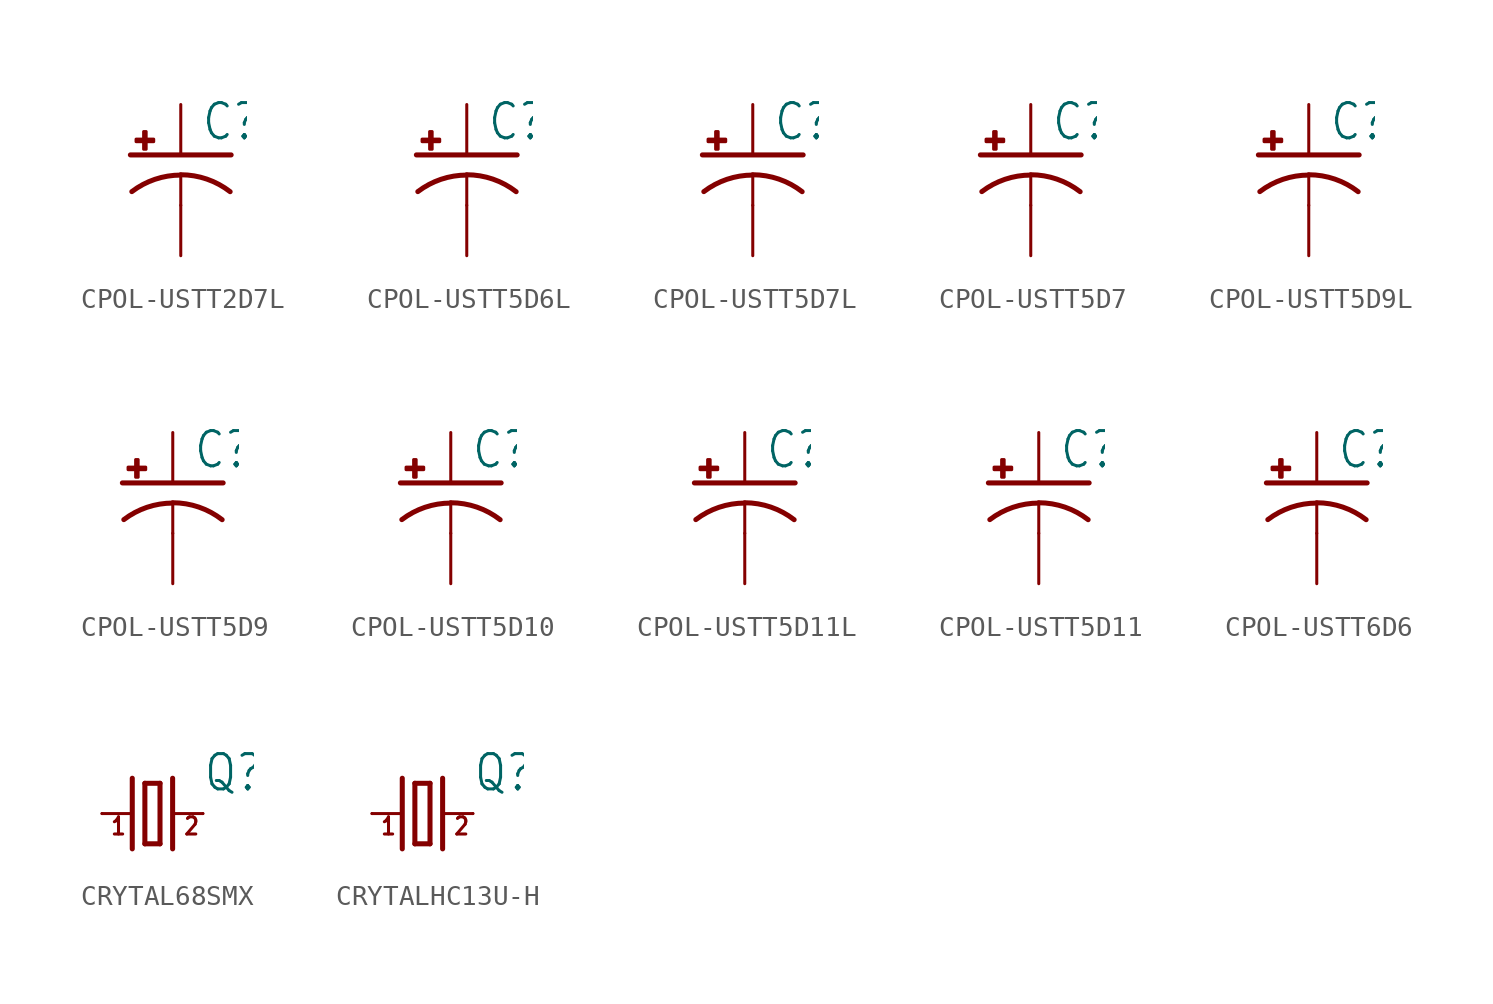
<source format=kicad_sym>
(kicad_symbol_lib
  (version 20241209)
  (generator "kicad_symbol_editor")
  (generator_version "9.0")
  (symbol "CPOL-USTT2D7L"
    (property "Reference" "C"
      (at 1.016 0.635 0)
      (effects (font (size 1.778 1.511)) (justify left bottom)))
    (property "Value" ""
      (at 1.016 -4.191 0)
      (effects (font (size 1.778 1.511)) (justify left bottom)))
    (property "ki_locked" ""
      (at 0 0 0)
      (effects (font (size 1.27 1.27))))
    (symbol "CPOL-USTT2D7L_1_0"
      (polyline (pts (xy -2.54 0) (xy 2.54 0)) (stroke (width 0.254) (type solid)) (fill (type none)))
      (rectangle (start -2.253 0.668) (end -1.364 0.795) (stroke (width 0) (type default)) (fill (type outline)))
      (rectangle (start -1.872 0.287) (end -1.745 1.176) (stroke (width 0) (type default)) (fill (type outline)))
      (arc (start -2.4669 -1.8504) (mid -1.3021 -1.2303) (end 0 -1.0161) (stroke (width 0.254) (type solid)) (fill (type none)))
      (polyline (pts (xy 0 -1.016) (xy 0 -2.54)) (stroke (width 0.152) (type solid)) (fill (type none)))
      (arc (start 0 -1) (mid 1.3158 -1.2195) (end 2.4892 -1.8541) (stroke (width 0.254) (type solid)) (fill (type none)))
      (pin passive line (at 0 2.54 270) (length 2.54) (name "+" (effects (font (size 0 0)))) (number "+" (effects (font (size 0 0)))))
      (pin passive line (at 0 -5.08 90) (length 2.54) (name "-" (effects (font (size 0 0)))) (number "-" (effects (font (size 0 0)))))))
  (symbol "CPOL-USTT5D6L"
    (property "Reference" "C"
      (at 1.016 0.635 0)
      (effects (font (size 1.778 1.511)) (justify left bottom)))
    (property "Value" ""
      (at 1.016 -4.191 0)
      (effects (font (size 1.778 1.511)) (justify left bottom)))
    (property "ki_locked" ""
      (at 0 0 0)
      (effects (font (size 1.27 1.27))))
    (symbol "CPOL-USTT5D6L_1_0"
      (polyline (pts (xy -2.54 0) (xy 2.54 0)) (stroke (width 0.254) (type solid)) (fill (type none)))
      (rectangle (start -2.253 0.668) (end -1.364 0.795) (stroke (width 0) (type default)) (fill (type outline)))
      (rectangle (start -1.872 0.287) (end -1.745 1.176) (stroke (width 0) (type default)) (fill (type outline)))
      (arc (start -2.4669 -1.8504) (mid -1.3021 -1.2303) (end 0 -1.0161) (stroke (width 0.254) (type solid)) (fill (type none)))
      (polyline (pts (xy 0 -1.016) (xy 0 -2.54)) (stroke (width 0.152) (type solid)) (fill (type none)))
      (arc (start 0 -1) (mid 1.3158 -1.2195) (end 2.4892 -1.8541) (stroke (width 0.254) (type solid)) (fill (type none)))
      (pin passive line (at 0 2.54 270) (length 2.54) (name "+" (effects (font (size 0 0)))) (number "+" (effects (font (size 0 0)))))
      (pin passive line (at 0 -5.08 90) (length 2.54) (name "-" (effects (font (size 0 0)))) (number "-" (effects (font (size 0 0)))))))
  (symbol "CPOL-USTT5D7L"
    (property "Reference" "C"
      (at 1.016 0.635 0)
      (effects (font (size 1.778 1.511)) (justify left bottom)))
    (property "Value" ""
      (at 1.016 -4.191 0)
      (effects (font (size 1.778 1.511)) (justify left bottom)))
    (property "ki_locked" ""
      (at 0 0 0)
      (effects (font (size 1.27 1.27))))
    (symbol "CPOL-USTT5D7L_1_0"
      (polyline (pts (xy -2.54 0) (xy 2.54 0)) (stroke (width 0.254) (type solid)) (fill (type none)))
      (rectangle (start -2.253 0.668) (end -1.364 0.795) (stroke (width 0) (type default)) (fill (type outline)))
      (rectangle (start -1.872 0.287) (end -1.745 1.176) (stroke (width 0) (type default)) (fill (type outline)))
      (arc (start -2.4669 -1.8504) (mid -1.3021 -1.2303) (end 0 -1.0161) (stroke (width 0.254) (type solid)) (fill (type none)))
      (polyline (pts (xy 0 -1.016) (xy 0 -2.54)) (stroke (width 0.152) (type solid)) (fill (type none)))
      (arc (start 0 -1) (mid 1.3158 -1.2195) (end 2.4892 -1.8541) (stroke (width 0.254) (type solid)) (fill (type none)))
      (pin passive line (at 0 2.54 270) (length 2.54) (name "+" (effects (font (size 0 0)))) (number "+" (effects (font (size 0 0)))))
      (pin passive line (at 0 -5.08 90) (length 2.54) (name "-" (effects (font (size 0 0)))) (number "-" (effects (font (size 0 0)))))))
  (symbol "CPOL-USTT5D7"
    (property "Reference" "C"
      (at 1.016 0.635 0)
      (effects (font (size 1.778 1.511)) (justify left bottom)))
    (property "Value" ""
      (at 1.016 -4.191 0)
      (effects (font (size 1.778 1.511)) (justify left bottom)))
    (property "ki_locked" ""
      (at 0 0 0)
      (effects (font (size 1.27 1.27))))
    (symbol "CPOL-USTT5D7_1_0"
      (polyline (pts (xy -2.54 0) (xy 2.54 0)) (stroke (width 0.254) (type solid)) (fill (type none)))
      (rectangle (start -2.253 0.668) (end -1.364 0.795) (stroke (width 0) (type default)) (fill (type outline)))
      (rectangle (start -1.872 0.287) (end -1.745 1.176) (stroke (width 0) (type default)) (fill (type outline)))
      (arc (start -2.4669 -1.8504) (mid -1.3021 -1.2303) (end 0 -1.0161) (stroke (width 0.254) (type solid)) (fill (type none)))
      (polyline (pts (xy 0 -1.016) (xy 0 -2.54)) (stroke (width 0.152) (type solid)) (fill (type none)))
      (arc (start 0 -1) (mid 1.3158 -1.2195) (end 2.4892 -1.8541) (stroke (width 0.254) (type solid)) (fill (type none)))
      (pin passive line (at 0 2.54 270) (length 2.54) (name "+" (effects (font (size 0 0)))) (number "+" (effects (font (size 0 0)))))
      (pin passive line (at 0 -5.08 90) (length 2.54) (name "-" (effects (font (size 0 0)))) (number "-" (effects (font (size 0 0)))))))
  (symbol "CPOL-USTT5D9L"
    (property "Reference" "C"
      (at 1.016 0.635 0)
      (effects (font (size 1.778 1.511)) (justify left bottom)))
    (property "Value" ""
      (at 1.016 -4.191 0)
      (effects (font (size 1.778 1.511)) (justify left bottom)))
    (property "ki_locked" ""
      (at 0 0 0)
      (effects (font (size 1.27 1.27))))
    (symbol "CPOL-USTT5D9L_1_0"
      (polyline (pts (xy -2.54 0) (xy 2.54 0)) (stroke (width 0.254) (type solid)) (fill (type none)))
      (rectangle (start -2.253 0.668) (end -1.364 0.795) (stroke (width 0) (type default)) (fill (type outline)))
      (rectangle (start -1.872 0.287) (end -1.745 1.176) (stroke (width 0) (type default)) (fill (type outline)))
      (arc (start -2.4669 -1.8504) (mid -1.3021 -1.2303) (end 0 -1.0161) (stroke (width 0.254) (type solid)) (fill (type none)))
      (polyline (pts (xy 0 -1.016) (xy 0 -2.54)) (stroke (width 0.152) (type solid)) (fill (type none)))
      (arc (start 0 -1) (mid 1.3158 -1.2195) (end 2.4892 -1.8541) (stroke (width 0.254) (type solid)) (fill (type none)))
      (pin passive line (at 0 2.54 270) (length 2.54) (name "+" (effects (font (size 0 0)))) (number "+" (effects (font (size 0 0)))))
      (pin passive line (at 0 -5.08 90) (length 2.54) (name "-" (effects (font (size 0 0)))) (number "-" (effects (font (size 0 0)))))))
  (symbol "CPOL-USTT5D9"
    (property "Reference" "C"
      (at 1.016 0.635 0)
      (effects (font (size 1.778 1.511)) (justify left bottom)))
    (property "Value" ""
      (at 1.016 -4.191 0)
      (effects (font (size 1.778 1.511)) (justify left bottom)))
    (property "ki_locked" ""
      (at 0 0 0)
      (effects (font (size 1.27 1.27))))
    (symbol "CPOL-USTT5D9_1_0"
      (polyline (pts (xy -2.54 0) (xy 2.54 0)) (stroke (width 0.254) (type solid)) (fill (type none)))
      (rectangle (start -2.253 0.668) (end -1.364 0.795) (stroke (width 0) (type default)) (fill (type outline)))
      (rectangle (start -1.872 0.287) (end -1.745 1.176) (stroke (width 0) (type default)) (fill (type outline)))
      (arc (start -2.4669 -1.8504) (mid -1.3021 -1.2303) (end 0 -1.0161) (stroke (width 0.254) (type solid)) (fill (type none)))
      (polyline (pts (xy 0 -1.016) (xy 0 -2.54)) (stroke (width 0.152) (type solid)) (fill (type none)))
      (arc (start 0 -1) (mid 1.3158 -1.2195) (end 2.4892 -1.8541) (stroke (width 0.254) (type solid)) (fill (type none)))
      (pin passive line (at 0 2.54 270) (length 2.54) (name "+" (effects (font (size 0 0)))) (number "+" (effects (font (size 0 0)))))
      (pin passive line (at 0 -5.08 90) (length 2.54) (name "-" (effects (font (size 0 0)))) (number "-" (effects (font (size 0 0)))))))
  (symbol "CPOL-USTT5D10"
    (property "Reference" "C"
      (at 1.016 0.635 0)
      (effects (font (size 1.778 1.511)) (justify left bottom)))
    (property "Value" ""
      (at 1.016 -4.191 0)
      (effects (font (size 1.778 1.511)) (justify left bottom)))
    (property "ki_locked" ""
      (at 0 0 0)
      (effects (font (size 1.27 1.27))))
    (symbol "CPOL-USTT5D10_1_0"
      (polyline (pts (xy -2.54 0) (xy 2.54 0)) (stroke (width 0.254) (type solid)) (fill (type none)))
      (rectangle (start -2.253 0.668) (end -1.364 0.795) (stroke (width 0) (type default)) (fill (type outline)))
      (rectangle (start -1.872 0.287) (end -1.745 1.176) (stroke (width 0) (type default)) (fill (type outline)))
      (arc (start -2.4669 -1.8504) (mid -1.3021 -1.2303) (end 0 -1.0161) (stroke (width 0.254) (type solid)) (fill (type none)))
      (polyline (pts (xy 0 -1.016) (xy 0 -2.54)) (stroke (width 0.152) (type solid)) (fill (type none)))
      (arc (start 0 -1) (mid 1.3158 -1.2195) (end 2.4892 -1.8541) (stroke (width 0.254) (type solid)) (fill (type none)))
      (pin passive line (at 0 2.54 270) (length 2.54) (name "+" (effects (font (size 0 0)))) (number "+" (effects (font (size 0 0)))))
      (pin passive line (at 0 -5.08 90) (length 2.54) (name "-" (effects (font (size 0 0)))) (number "-" (effects (font (size 0 0)))))))
  (symbol "CPOL-USTT5D11L"
    (property "Reference" "C"
      (at 1.016 0.635 0)
      (effects (font (size 1.778 1.511)) (justify left bottom)))
    (property "Value" ""
      (at 1.016 -4.191 0)
      (effects (font (size 1.778 1.511)) (justify left bottom)))
    (property "ki_locked" ""
      (at 0 0 0)
      (effects (font (size 1.27 1.27))))
    (symbol "CPOL-USTT5D11L_1_0"
      (polyline (pts (xy -2.54 0) (xy 2.54 0)) (stroke (width 0.254) (type solid)) (fill (type none)))
      (rectangle (start -2.253 0.668) (end -1.364 0.795) (stroke (width 0) (type default)) (fill (type outline)))
      (rectangle (start -1.872 0.287) (end -1.745 1.176) (stroke (width 0) (type default)) (fill (type outline)))
      (arc (start -2.4669 -1.8504) (mid -1.3021 -1.2303) (end 0 -1.0161) (stroke (width 0.254) (type solid)) (fill (type none)))
      (polyline (pts (xy 0 -1.016) (xy 0 -2.54)) (stroke (width 0.152) (type solid)) (fill (type none)))
      (arc (start 0 -1) (mid 1.3158 -1.2195) (end 2.4892 -1.8541) (stroke (width 0.254) (type solid)) (fill (type none)))
      (pin passive line (at 0 2.54 270) (length 2.54) (name "+" (effects (font (size 0 0)))) (number "+" (effects (font (size 0 0)))))
      (pin passive line (at 0 -5.08 90) (length 2.54) (name "-" (effects (font (size 0 0)))) (number "-" (effects (font (size 0 0)))))))
  (symbol "CPOL-USTT5D11"
    (property "Reference" "C"
      (at 1.016 0.635 0)
      (effects (font (size 1.778 1.511)) (justify left bottom)))
    (property "Value" ""
      (at 1.016 -4.191 0)
      (effects (font (size 1.778 1.511)) (justify left bottom)))
    (property "ki_locked" ""
      (at 0 0 0)
      (effects (font (size 1.27 1.27))))
    (symbol "CPOL-USTT5D11_1_0"
      (polyline (pts (xy -2.54 0) (xy 2.54 0)) (stroke (width 0.254) (type solid)) (fill (type none)))
      (rectangle (start -2.253 0.668) (end -1.364 0.795) (stroke (width 0) (type default)) (fill (type outline)))
      (rectangle (start -1.872 0.287) (end -1.745 1.176) (stroke (width 0) (type default)) (fill (type outline)))
      (arc (start -2.4669 -1.8504) (mid -1.3021 -1.2303) (end 0 -1.0161) (stroke (width 0.254) (type solid)) (fill (type none)))
      (polyline (pts (xy 0 -1.016) (xy 0 -2.54)) (stroke (width 0.152) (type solid)) (fill (type none)))
      (arc (start 0 -1) (mid 1.3158 -1.2195) (end 2.4892 -1.8541) (stroke (width 0.254) (type solid)) (fill (type none)))
      (pin passive line (at 0 2.54 270) (length 2.54) (name "+" (effects (font (size 0 0)))) (number "+" (effects (font (size 0 0)))))
      (pin passive line (at 0 -5.08 90) (length 2.54) (name "-" (effects (font (size 0 0)))) (number "-" (effects (font (size 0 0)))))))
  (symbol "CPOL-USTT6D6"
    (property "Reference" "C"
      (at 1.016 0.635 0)
      (effects (font (size 1.778 1.511)) (justify left bottom)))
    (property "Value" ""
      (at 1.016 -4.191 0)
      (effects (font (size 1.778 1.511)) (justify left bottom)))
    (property "ki_locked" ""
      (at 0 0 0)
      (effects (font (size 1.27 1.27))))
    (symbol "CPOL-USTT6D6_1_0"
      (polyline (pts (xy -2.54 0) (xy 2.54 0)) (stroke (width 0.254) (type solid)) (fill (type none)))
      (rectangle (start -2.253 0.668) (end -1.364 0.795) (stroke (width 0) (type default)) (fill (type outline)))
      (rectangle (start -1.872 0.287) (end -1.745 1.176) (stroke (width 0) (type default)) (fill (type outline)))
      (arc (start -2.4669 -1.8504) (mid -1.3021 -1.2303) (end 0 -1.0161) (stroke (width 0.254) (type solid)) (fill (type none)))
      (polyline (pts (xy 0 -1.016) (xy 0 -2.54)) (stroke (width 0.152) (type solid)) (fill (type none)))
      (arc (start 0 -1) (mid 1.3158 -1.2195) (end 2.4892 -1.8541) (stroke (width 0.254) (type solid)) (fill (type none)))
      (pin passive line (at 0 2.54 270) (length 2.54) (name "+" (effects (font (size 0 0)))) (number "+" (effects (font (size 0 0)))))
      (pin passive line (at 0 -5.08 90) (length 2.54) (name "-" (effects (font (size 0 0)))) (number "-" (effects (font (size 0 0)))))))
  (symbol "CRYTAL68SMX"
    (property "Reference" "Q"
      (at 2.54 1.016 0)
      (effects (font (size 1.778 1.511)) (justify left bottom)))
    (property "Value" ""
      (at 2.54 -2.54 0)
      (effects (font (size 1.778 1.511)) (justify left bottom)))
    (property "ki_locked" ""
      (at 0 0 0)
      (effects (font (size 1.27 1.27))))
    (symbol "CRYTAL68SMX_1_0"
      (polyline (pts (xy -2.54 0) (xy -1.016 0)) (stroke (width 0.152) (type solid)) (fill (type none)))
      (polyline (pts (xy -1.016 1.778) (xy -1.016 -1.778)) (stroke (width 0.254) (type solid)) (fill (type none)))
      (polyline (pts (xy -0.381 1.524) (xy -0.381 -1.524)) (stroke (width 0.254) (type solid)) (fill (type none)))
      (polyline (pts (xy -0.381 -1.524) (xy 0.381 -1.524)) (stroke (width 0.254) (type solid)) (fill (type none)))
      (polyline (pts (xy 0.381 1.524) (xy -0.381 1.524)) (stroke (width 0.254) (type solid)) (fill (type none)))
      (polyline (pts (xy 0.381 -1.524) (xy 0.381 1.524)) (stroke (width 0.254) (type solid)) (fill (type none)))
      (polyline (pts (xy 1.016 1.778) (xy 1.016 -1.778)) (stroke (width 0.254) (type solid)) (fill (type none)))
      (polyline (pts (xy 1.016 0) (xy 2.54 0)) (stroke (width 0.152) (type solid)) (fill (type none)))
      (text "1" (at -2.159 -1.143 0) (effects (font (size 0.864 0.734)) (justify left bottom)))
      (text "2" (at 1.524 -1.143 0) (effects (font (size 0.864 0.734)) (justify left bottom)))
      (pin passive line (at -2.54 0 0) (length 0) (name "1" (effects (font (size 0 0)))) (number "1" (effects (font (size 0 0)))))
      (pin passive line (at 2.54 0 180) (length 0) (name "2" (effects (font (size 0 0)))) (number "4" (effects (font (size 0 0)))))))
  (symbol "CRYTALHC13U-H"
    (property "Reference" "Q"
      (at 2.54 1.016 0)
      (effects (font (size 1.778 1.511)) (justify left bottom)))
    (property "Value" ""
      (at 2.54 -2.54 0)
      (effects (font (size 1.778 1.511)) (justify left bottom)))
    (property "ki_locked" ""
      (at 0 0 0)
      (effects (font (size 1.27 1.27))))
    (symbol "CRYTALHC13U-H_1_0"
      (polyline (pts (xy -2.54 0) (xy -1.016 0)) (stroke (width 0.152) (type solid)) (fill (type none)))
      (polyline (pts (xy -1.016 1.778) (xy -1.016 -1.778)) (stroke (width 0.254) (type solid)) (fill (type none)))
      (polyline (pts (xy -0.381 1.524) (xy -0.381 -1.524)) (stroke (width 0.254) (type solid)) (fill (type none)))
      (polyline (pts (xy -0.381 -1.524) (xy 0.381 -1.524)) (stroke (width 0.254) (type solid)) (fill (type none)))
      (polyline (pts (xy 0.381 1.524) (xy -0.381 1.524)) (stroke (width 0.254) (type solid)) (fill (type none)))
      (polyline (pts (xy 0.381 -1.524) (xy 0.381 1.524)) (stroke (width 0.254) (type solid)) (fill (type none)))
      (polyline (pts (xy 1.016 1.778) (xy 1.016 -1.778)) (stroke (width 0.254) (type solid)) (fill (type none)))
      (polyline (pts (xy 1.016 0) (xy 2.54 0)) (stroke (width 0.152) (type solid)) (fill (type none)))
      (text "1" (at -2.159 -1.143 0) (effects (font (size 0.864 0.734)) (justify left bottom)))
      (text "2" (at 1.524 -1.143 0) (effects (font (size 0.864 0.734)) (justify left bottom)))
      (pin passive line (at -2.54 0 0) (length 0) (name "1" (effects (font (size 0 0)))) (number "1" (effects (font (size 0 0)))))
      (pin passive line (at 2.54 0 180) (length 0) (name "2" (effects (font (size 0 0)))) (number "2" (effects (font (size 0 0))))))))
</source>
